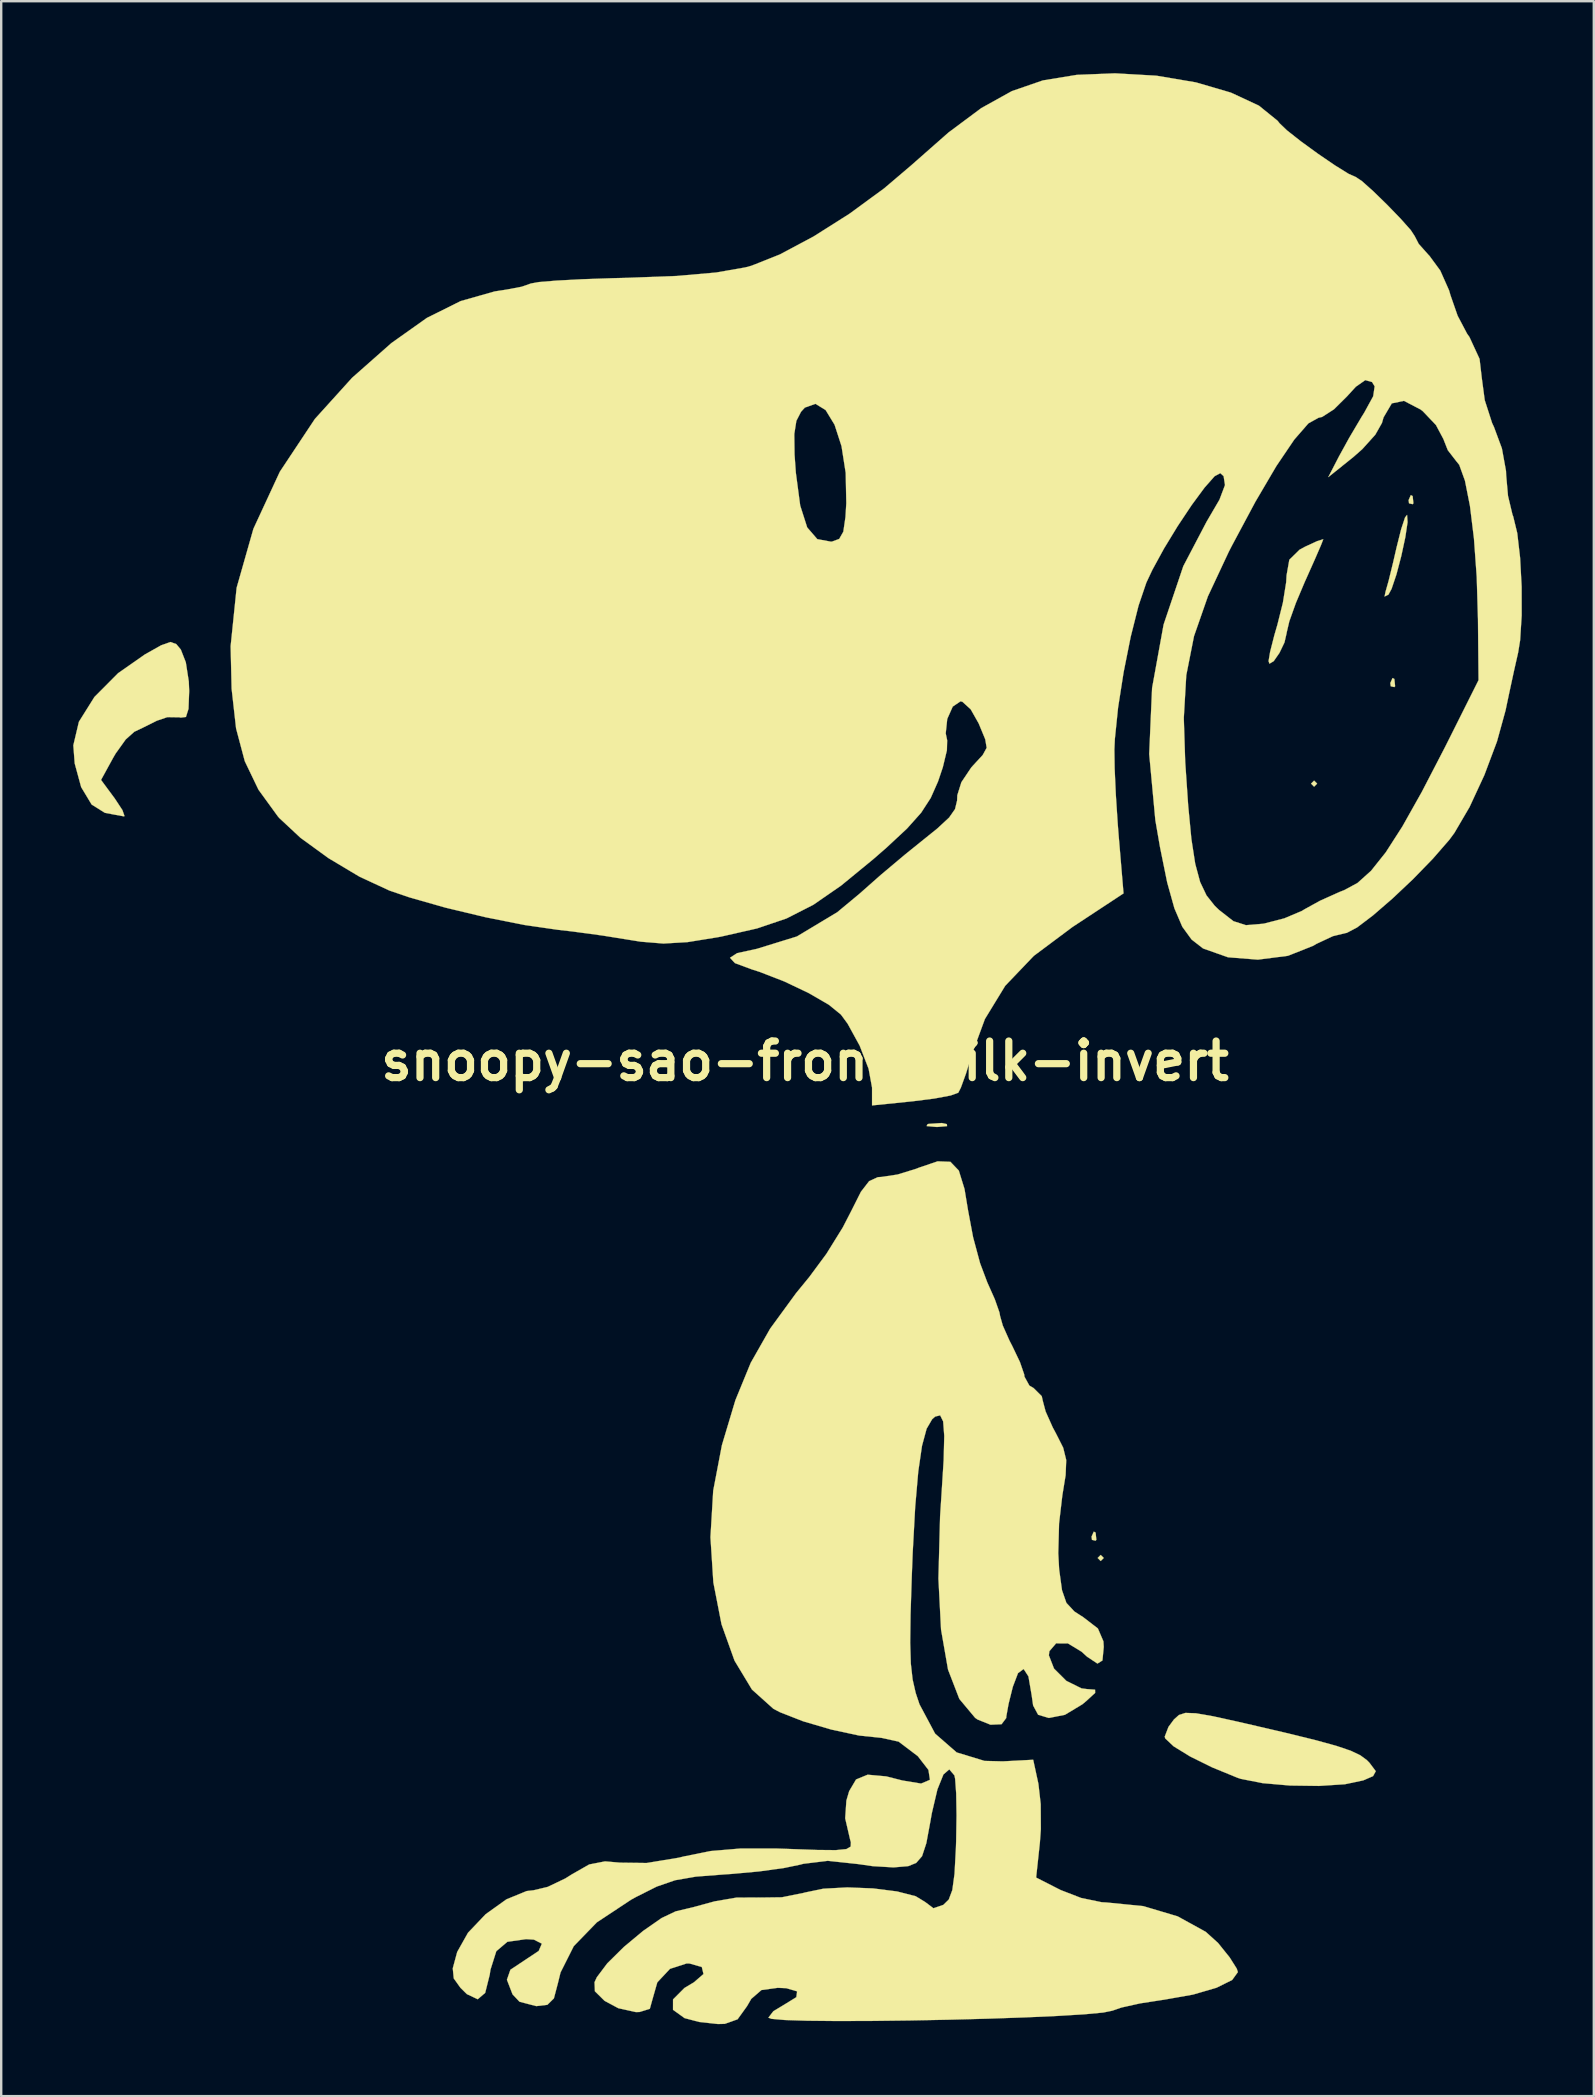
<source format=kicad_pcb>
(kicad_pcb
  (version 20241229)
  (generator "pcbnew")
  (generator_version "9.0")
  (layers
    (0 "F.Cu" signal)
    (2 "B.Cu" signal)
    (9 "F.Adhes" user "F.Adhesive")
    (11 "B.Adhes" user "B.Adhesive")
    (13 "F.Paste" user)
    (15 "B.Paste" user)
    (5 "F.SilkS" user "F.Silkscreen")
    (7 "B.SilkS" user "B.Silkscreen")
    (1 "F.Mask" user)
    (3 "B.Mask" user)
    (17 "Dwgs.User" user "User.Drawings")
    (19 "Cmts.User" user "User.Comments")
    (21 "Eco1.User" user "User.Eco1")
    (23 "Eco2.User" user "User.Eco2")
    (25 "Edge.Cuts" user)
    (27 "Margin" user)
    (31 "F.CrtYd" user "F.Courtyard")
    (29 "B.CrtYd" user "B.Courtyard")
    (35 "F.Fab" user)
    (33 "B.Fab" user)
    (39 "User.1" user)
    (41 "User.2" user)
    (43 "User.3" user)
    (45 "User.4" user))
  (footprint "snoopy-sao-front-silk-invert"
    (layer "F.Cu")
    (at 30.485 41.153)
    (property "Reference" "snoopy-sao-front-silk-invert" (at 0 0 0) (layer "F.SilkS") (effects (font (size 1.524 1.524) (thickness 0.3))))
    (attr through_hole)
    (fp_poly (pts (xy 12.446 20.701) (xy 12.319 20.828) (xy 12.192 20.701) (xy 12.319 20.574) (xy 12.446 20.701)) (stroke (width 0.01) (type solid)) (fill yes) (layer "F.SilkS"))
    (fp_poly (pts (xy 21.336 -11.557) (xy 21.209 -11.43) (xy 21.082 -11.557) (xy 21.209 -11.684) (xy 21.336 -11.557)) (stroke (width 0.01) (type solid)) (fill yes) (layer "F.SilkS"))
    (fp_poly (pts (xy 12.107 19.643) (xy 12.138 19.944) (xy 12.107 19.981) (xy 11.956 19.946) (xy 11.938 19.812) (xy 12.031 19.603) (xy 12.107 19.643)) (stroke (width 0.01) (type solid)) (fill yes) (layer "F.SilkS"))
    (fp_poly (pts (xy 24.553 -15.917) (xy 24.584 -15.616) (xy 24.553 -15.579) (xy 24.402 -15.614) (xy 24.384 -15.748) (xy 24.477 -15.957) (xy 24.553 -15.917)) (stroke (width 0.01) (type solid)) (fill yes) (layer "F.SilkS"))
    (fp_poly (pts (xy 25.315 -23.537) (xy 25.346 -23.236) (xy 25.315 -23.199) (xy 25.164 -23.234) (xy 25.146 -23.368) (xy 25.239 -23.577) (xy 25.315 -23.537)) (stroke (width 0.01) (type solid)) (fill yes) (layer "F.SilkS"))
    (fp_poly (pts (xy 5.91 2.627) (xy 5.919 2.711) (xy 5.521 2.745) (xy 5.461 2.744) (xy 5.067 2.708) (xy 5.105 2.631) (xy 5.148 2.618) (xy 5.702 2.581) (xy 5.91 2.627)) (stroke (width 0.01) (type solid)) (fill yes) (layer "F.SilkS"))
    (fp_poly (pts (xy 25.103 -22.45) (xy 25.01 -21.825) (xy 24.842 -21.044) (xy 24.639 -20.271) (xy 24.437 -19.672) (xy 24.306 -19.431) (xy 24.144 -19.352) (xy 24.187 -19.558) (xy 24.313 -20.004) (xy 24.498 -20.759) (xy 24.646 -21.401) (xy 24.836 -22.157) (xy 24.997 -22.644) (xy 25.082 -22.754) (xy 25.103 -22.45)) (stroke (width 0.01) (type solid)) (fill yes) (layer "F.SilkS"))
    (fp_poly (pts (xy 21.59 -21.733) (xy 21.493 -21.484) (xy 21.237 -20.894) (xy 20.876 -20.085) (xy 20.828 -19.98) (xy 20.45 -19.084) (xy 20.177 -18.321) (xy 20.066 -17.848) (xy 20.066 -17.834) (xy 19.976 -17.441) (xy 19.765 -17.002) (xy 19.526 -16.659) (xy 19.35 -16.554) (xy 19.312 -16.66) (xy 19.377 -17.048) (xy 19.551 -17.732) (xy 19.682 -18.184) (xy 19.909 -19.093) (xy 20.046 -19.947) (xy 20.063 -20.238) (xy 20.177 -20.884) (xy 20.606 -21.305) (xy 20.828 -21.425) (xy 21.339 -21.661) (xy 21.586 -21.738) (xy 21.59 -21.733)) (stroke (width 0.01) (type solid)) (fill yes) (layer "F.SilkS"))
    (fp_poly (pts (xy 16.288 27.171) (xy 16.995 27.294) (xy 18.071 27.531) (xy 18.357 27.597) (xy 20.013 27.982) (xy 21.246 28.284) (xy 22.128 28.526) (xy 22.733 28.73) (xy 23.134 28.921) (xy 23.405 29.12) (xy 23.516 29.233) (xy 23.779 29.583) (xy 23.666 29.789) (xy 23.258 29.966) (xy 22.493 30.127) (xy 21.414 30.197) (xy 20.208 30.181) (xy 19.06 30.081) (xy 18.156 29.903) (xy 18.02 29.858) (xy 16.967 29.426) (xy 16.044 28.97) (xy 15.356 28.547) (xy 15.008 28.219) (xy 14.986 28.145) (xy 15.143 27.737) (xy 15.372 27.426) (xy 15.579 27.242) (xy 15.85 27.155) (xy 16.288 27.171)) (stroke (width 0.01) (type solid)) (fill yes) (layer "F.SilkS"))
    (fp_poly (pts (xy -26.192 -17.371) (xy -26.001 -17.141) (xy -25.794 -16.611) (xy -25.67 -15.814) (xy -25.654 -15.418) (xy -25.682 -14.673) (xy -25.789 -14.335) (xy -26.011 -14.307) (xy -26.045 -14.32) (xy -26.562 -14.328) (xy -26.998 -14.18) (xy -27.598 -13.881) (xy -27.94 -13.719) (xy -28.299 -13.397) (xy -28.719 -12.81) (xy -28.824 -12.629) (xy -29.326 -11.712) (xy -28.752 -10.936) (xy -28.435 -10.454) (xy -28.348 -10.205) (xy -28.377 -10.195) (xy -28.762 -10.265) (xy -29.168 -10.342) (xy -29.717 -10.686) (xy -30.154 -11.412) (xy -30.423 -12.4) (xy -30.48 -13.154) (xy -30.248 -14.135) (xy -29.602 -15.167) (xy -28.613 -16.161) (xy -27.503 -16.937) (xy -26.823 -17.32) (xy -26.434 -17.458) (xy -26.192 -17.371)) (stroke (width 0.01) (type solid)) (fill yes) (layer "F.SilkS"))
    (fp_poly (pts (xy 14.644 -41.049) (xy 16.286 -40.771) (xy 17.742 -40.345) (xy 18.91 -39.802) (xy 19.688 -39.172) (xy 19.765 -39.073) (xy 20.078 -38.773) (xy 20.656 -38.317) (xy 21.367 -37.8) (xy 22.074 -37.317) (xy 22.646 -36.962) (xy 22.943 -36.83) (xy 23.197 -36.662) (xy 23.673 -36.237) (xy 24.25 -35.675) (xy 24.81 -35.096) (xy 25.234 -34.62) (xy 25.4 -34.367) (xy 25.569 -34.041) (xy 25.979 -33.581) (xy 26.01 -33.551) (xy 26.465 -32.932) (xy 26.831 -32.109) (xy 26.892 -31.9) (xy 27.189 -31.048) (xy 27.585 -30.297) (xy 27.679 -30.166) (xy 28.102 -29.251) (xy 28.194 -28.461) (xy 28.318 -27.532) (xy 28.625 -26.579) (xy 28.702 -26.416) (xy 29.033 -25.522) (xy 29.204 -24.582) (xy 29.21 -24.411) (xy 29.287 -23.545) (xy 29.474 -22.762) (xy 29.504 -22.686) (xy 29.672 -21.995) (xy 29.791 -20.966) (xy 29.855 -19.767) (xy 29.857 -18.565) (xy 29.792 -17.529) (xy 29.709 -17.018) (xy 29.539 -16.266) (xy 29.326 -15.279) (xy 29.184 -14.605) (xy 28.829 -13.317) (xy 28.303 -11.916) (xy 27.686 -10.585) (xy 27.055 -9.507) (xy 26.843 -9.219) (xy 26.155 -8.428) (xy 25.335 -7.584) (xy 24.474 -6.771) (xy 23.664 -6.07) (xy 22.998 -5.565) (xy 22.568 -5.339) (xy 22.527 -5.334) (xy 21.994 -5.204) (xy 21.309 -4.884) (xy 21.169 -4.801) (xy 20.121 -4.386) (xy 18.868 -4.225) (xy 17.622 -4.324) (xy 16.592 -4.688) (xy 16.576 -4.697) (xy 16.105 -5.064) (xy 15.719 -5.595) (xy 15.39 -6.363) (xy 15.089 -7.442) (xy 14.791 -8.908) (xy 14.596 -10.033) (xy 14.34 -12.789) (xy 14.405 -14.289) (xy 15.781 -14.289) (xy 15.84 -12.46) (xy 15.964 -10.641) (xy 16.097 -9.253) (xy 16.257 -8.218) (xy 16.461 -7.46) (xy 16.727 -6.901) (xy 17.073 -6.465) (xy 17.25 -6.295) (xy 17.849 -5.827) (xy 18.371 -5.661) (xy 19.077 -5.72) (xy 19.132 -5.729) (xy 19.971 -5.946) (xy 20.699 -6.254) (xy 20.804 -6.319) (xy 21.453 -6.677) (xy 22.273 -7.046) (xy 22.461 -7.119) (xy 23.016 -7.418) (xy 23.582 -7.926) (xy 24.194 -8.694) (xy 24.886 -9.771) (xy 25.695 -11.21) (xy 26.653 -13.058) (xy 26.854 -13.458) (xy 28.06 -15.868) (xy 28.036 -18.411) (xy 27.984 -20.167) (xy 27.869 -21.765) (xy 27.702 -23.128) (xy 27.494 -24.178) (xy 27.256 -24.838) (xy 27.127 -24.998) (xy 26.779 -25.448) (xy 26.594 -25.917) (xy 26.285 -26.497) (xy 25.737 -27.073) (xy 25.648 -27.142) (xy 24.952 -27.504) (xy 24.446 -27.399) (xy 24.102 -26.814) (xy 24.035 -26.581) (xy 23.759 -26.094) (xy 23.215 -25.49) (xy 22.846 -25.165) (xy 21.8 -24.325) (xy 22.241 -25.18) (xy 22.672 -25.964) (xy 23.185 -26.831) (xy 23.301 -27.017) (xy 23.671 -27.694) (xy 23.732 -28.108) (xy 23.623 -28.287) (xy 23.342 -28.368) (xy 22.947 -28.092) (xy 22.579 -27.689) (xy 22.036 -27.151) (xy 21.543 -26.834) (xy 21.395 -26.8) (xy 20.972 -26.566) (xy 20.381 -25.887) (xy 19.638 -24.789) (xy 18.763 -23.3) (xy 17.772 -21.446) (xy 17.651 -21.209) (xy 16.783 -19.355) (xy 16.206 -17.701) (xy 15.884 -16.072) (xy 15.781 -14.289) (xy 14.405 -14.289) (xy 14.46 -15.541) (xy 14.94 -18.185) (xy 15.761 -20.618) (xy 16.729 -22.465) (xy 17.267 -23.386) (xy 17.497 -23.995) (xy 17.44 -24.367) (xy 17.303 -24.492) (xy 17.064 -24.364) (xy 16.645 -23.889) (xy 16.11 -23.164) (xy 15.526 -22.287) (xy 14.957 -21.353) (xy 14.47 -20.462) (xy 14.221 -19.933) (xy 13.895 -18.971) (xy 13.568 -17.671) (xy 13.274 -16.2) (xy 13.043 -14.726) (xy 12.909 -13.417) (xy 12.889 -12.98) (xy 12.9 -12.191) (xy 12.95 -11.088) (xy 13.03 -9.866) (xy 13.067 -9.398) (xy 13.27 -6.985) (xy 11.143 -5.585) (xy 9.531 -4.381) (xy 8.342 -3.137) (xy 7.495 -1.751) (xy 6.955 -0.285) (xy 6.709 0.516) (xy 6.494 1.108) (xy 6.385 1.32) (xy 6.067 1.434) (xy 5.39 1.561) (xy 4.508 1.673) (xy 2.794 1.848) (xy 2.794 1.105) (xy 2.65 0.321) (xy 2.28 -0.638) (xy 1.778 -1.554) (xy 1.498 -1.936) (xy 0.994 -2.346) (xy 0.158 -2.831) (xy -0.858 -3.315) (xy -1.903 -3.72) (xy -2.214 -3.819) (xy -2.919 -4.081) (xy -3.124 -4.303) (xy -2.827 -4.496) (xy -2.023 -4.671) (xy -2.014 -4.672) (xy -0.338 -5.19) (xy 1.34 -6.197) (xy 2.259 -6.96) (xy 3.157 -7.754) (xy 4.167 -8.603) (xy 4.699 -9.032) (xy 5.514 -9.689) (xy 6.004 -10.143) (xy 6.251 -10.497) (xy 6.337 -10.853) (xy 6.346 -11.075) (xy 6.515 -11.615) (xy 6.924 -12.226) (xy 6.985 -12.295) (xy 7.404 -12.749) (xy 7.569 -13.05) (xy 7.509 -13.406) (xy 7.253 -14.025) (xy 7.236 -14.066) (xy 6.903 -14.654) (xy 6.556 -14.969) (xy 6.478 -14.986) (xy 6.155 -14.767) (xy 5.926 -14.252) (xy 5.863 -13.65) (xy 5.923 -13.364) (xy 5.912 -12.946) (xy 5.742 -12.239) (xy 5.543 -11.649) (xy 5.238 -10.961) (xy 4.837 -10.343) (xy 4.251 -9.687) (xy 3.391 -8.886) (xy 2.842 -8.408) (xy 1.5 -7.307) (xy 0.347 -6.51) (xy -0.767 -5.942) (xy -1.992 -5.527) (xy -3.478 -5.189) (xy -3.628 -5.16) (xy -4.896 -4.955) (xy -5.897 -4.896) (xy -6.848 -4.974) (xy -7.239 -5.037) (xy -8.414 -5.226) (xy -9.695 -5.4) (xy -10.287 -5.467) (xy -11.672 -5.667) (xy -13.303 -5.991) (xy -14.975 -6.391) (xy -16.484 -6.821) (xy -17.316 -7.105) (xy -18.558 -7.681) (xy -19.851 -8.453) (xy -21.022 -9.305) (xy -21.899 -10.123) (xy -21.958 -10.191) (xy -22.767 -11.305) (xy -23.337 -12.491) (xy -23.7 -13.857) (xy -23.886 -15.513) (xy -23.927 -17.283) (xy -23.677 -19.718) (xy -22.978 -22.174) (xy -21.877 -24.551) (xy -20.836 -26.119) (xy -0.446 -26.119) (xy -0.435 -25.269) (xy -0.381 -24.511) (xy -0.199 -23.141) (xy 0.092 -22.231) (xy 0.513 -21.743) (xy 1.084 -21.637) (xy 1.129 -21.642) (xy 1.426 -21.752) (xy 1.597 -22.053) (xy 1.687 -22.668) (xy 1.721 -23.241) (xy 1.696 -24.504) (xy 1.522 -25.616) (xy 1.232 -26.51) (xy 0.859 -27.121) (xy 0.436 -27.38) (xy -0.006 -27.223) (xy -0.163 -27.051) (xy -0.359 -26.672) (xy -0.446 -26.119) (xy -20.836 -26.119) (xy -20.417 -26.75) (xy -18.867 -28.464) (xy -17.231 -29.91) (xy -15.752 -30.959) (xy -14.345 -31.66) (xy -12.924 -32.063) (xy -12.431 -32.139) (xy -11.802 -32.258) (xy -11.417 -32.393) (xy -11.085 -32.453) (xy -10.341 -32.514) (xy -9.282 -32.57) (xy -8.007 -32.614) (xy -7.423 -32.628) (xy -5.332 -32.707) (xy -3.704 -32.85) (xy -2.497 -33.061) (xy -2.231 -33.132) (xy -1.046 -33.603) (xy 0.36 -34.353) (xy 1.851 -35.297) (xy 3.292 -36.351) (xy 4.413 -37.304) (xy 5.978 -38.682) (xy 7.345 -39.7) (xy 8.62 -40.408) (xy 9.911 -40.853) (xy 11.323 -41.084) (xy 12.915 -41.148) (xy 14.644 -41.049)) (stroke (width 0.01) (type solid)) (fill yes) (layer "F.SilkS"))
    (fp_poly (pts (xy 6.058 4.197) (xy 6.408 4.562) (xy 6.646 5.33) (xy 6.793 6.22) (xy 7.003 7.338) (xy 7.295 8.424) (xy 7.593 9.216) (xy 7.91 9.928) (xy 8.101 10.473) (xy 8.128 10.622) (xy 8.241 11.021) (xy 8.522 11.652) (xy 8.636 11.872) (xy 8.955 12.54) (xy 9.132 13.053) (xy 9.144 13.149) (xy 9.348 13.519) (xy 9.525 13.624) (xy 9.863 13.96) (xy 9.906 14.153) (xy 10.025 14.6) (xy 10.322 15.264) (xy 10.459 15.519) (xy 10.757 16.109) (xy 10.883 16.621) (xy 10.858 17.251) (xy 10.721 18.094) (xy 10.585 19.255) (xy 10.551 20.505) (xy 10.588 21.177) (xy 10.707 22.044) (xy 10.89 22.572) (xy 11.222 22.929) (xy 11.596 23.171) (xy 12.202 23.638) (xy 12.432 24.173) (xy 12.446 24.409) (xy 12.392 24.971) (xy 12.184 25.101) (xy 11.753 24.815) (xy 11.523 24.606) (xy 10.955 24.261) (xy 10.46 24.258) (xy 10.181 24.584) (xy 10.16 24.757) (xy 10.374 25.308) (xy 10.89 25.822) (xy 11.519 26.133) (xy 11.748 26.163) (xy 12.085 26.188) (xy 12.087 26.322) (xy 11.725 26.655) (xy 11.557 26.796) (xy 10.829 27.234) (xy 10.16 27.366) (xy 9.713 27.233) (xy 9.504 26.845) (xy 9.443 26.416) (xy 9.309 25.635) (xy 9.109 25.325) (xy 8.874 25.499) (xy 8.658 26.068) (xy 8.482 26.775) (xy 8.388 27.296) (xy 8.383 27.369) (xy 8.188 27.627) (xy 7.728 27.647) (xy 7.186 27.429) (xy 7.088 27.36) (xy 6.431 26.574) (xy 5.959 25.351) (xy 5.668 23.682) (xy 5.559 21.558) (xy 5.628 18.97) (xy 5.685 18.089) (xy 5.777 16.626) (xy 5.802 15.617) (xy 5.756 15.011) (xy 5.632 14.759) (xy 5.424 14.81) (xy 5.299 14.919) (xy 5.067 15.316) (xy 4.875 16.028) (xy 4.719 17.099) (xy 4.591 18.571) (xy 4.487 20.488) (xy 4.449 21.463) (xy 4.398 23.049) (xy 4.383 24.229) (xy 4.409 25.101) (xy 4.484 25.766) (xy 4.612 26.325) (xy 4.77 26.797) (xy 5.421 28.019) (xy 6.317 28.801) (xy 7.48 29.155) (xy 8.243 29.174) (xy 9.507 29.107) (xy 9.724 30.111) (xy 9.82 30.955) (xy 9.826 31.998) (xy 9.785 32.565) (xy 9.629 34.014) (xy 10.647 34.533) (xy 11.502 34.864) (xy 12.361 35.042) (xy 12.55 35.052) (xy 14.095 35.205) (xy 15.525 35.631) (xy 16.696 36.276) (xy 17.209 36.74) (xy 17.691 37.339) (xy 17.988 37.81) (xy 18.034 37.953) (xy 17.796 38.281) (xy 17.142 38.605) (xy 16.163 38.89) (xy 14.952 39.104) (xy 14.887 39.113) (xy 13.962 39.256) (xy 13.188 39.428) (xy 12.802 39.561) (xy 12.422 39.638) (xy 11.637 39.711) (xy 10.523 39.779) (xy 9.16 39.84) (xy 7.624 39.893) (xy 5.994 39.936) (xy 4.348 39.968) (xy 2.764 39.987) (xy 1.319 39.991) (xy 0.092 39.979) (xy -0.839 39.949) (xy -1.397 39.9) (xy -1.524 39.851) (xy -1.318 39.583) (xy -0.889 39.324) (xy -0.361 38.999) (xy -0.328 38.756) (xy -0.78 38.623) (xy -1.136 38.608) (xy -1.813 38.7) (xy -2.238 39.068) (xy -2.413 39.37) (xy -2.808 39.919) (xy -3.341 40.109) (xy -3.626 40.116) (xy -4.404 40.031) (xy -5.016 39.87) (xy -5.498 39.523) (xy -5.497 39.092) (xy -5.021 38.614) (xy -4.628 38.379) (xy -4.228 38.034) (xy -4.298 37.741) (xy -4.804 37.596) (xy -4.929 37.592) (xy -5.624 37.817) (xy -6.152 38.38) (xy -6.35 39.072) (xy -6.464 39.483) (xy -6.896 39.616) (xy -7.048 39.618) (xy -7.777 39.457) (xy -8.349 39.15) (xy -8.752 38.752) (xy -8.767 38.374) (xy -8.671 38.166) (xy -8.236 37.588) (xy -7.544 36.905) (xy -6.741 36.236) (xy -5.973 35.701) (xy -5.384 35.421) (xy -5.355 35.415) (xy -4.654 35.249) (xy -3.836 35.026) (xy -3.775 35.008) (xy -2.857 34.85) (xy -1.914 34.845) (xy -1.888 34.848) (xy -0.962 34.836) (xy -0.048 34.652) (xy -0.018 34.641) (xy 0.763 34.479) (xy 1.764 34.425) (xy 2.837 34.467) (xy 3.835 34.593) (xy 4.611 34.792) (xy 5.002 35.03) (xy 5.352 35.293) (xy 5.764 35.152) (xy 5.989 34.932) (xy 6.138 34.535) (xy 6.23 33.857) (xy 6.287 32.797) (xy 6.297 32.504) (xy 6.314 31.423) (xy 6.299 30.51) (xy 6.255 29.902) (xy 6.225 29.758) (xy 6.012 29.508) (xy 5.768 29.718) (xy 5.517 30.341) (xy 5.284 31.332) (xy 5.227 31.659) (xy 5.055 32.583) (xy 4.877 33.124) (xy 4.632 33.405) (xy 4.299 33.539) (xy 3.688 33.591) (xy 2.816 33.539) (xy 2.21 33.452) (xy 0.95 33.317) (xy -0.069 33.441) (xy -0.187 33.473) (xy -0.891 33.62) (xy -1.913 33.759) (xy -3.06 33.864) (xy -3.366 33.884) (xy -4.542 33.975) (xy -5.412 34.126) (xy -6.176 34.39) (xy -7.036 34.822) (xy -7.246 34.938) (xy -8.669 35.879) (xy -9.632 36.871) (xy -10.184 37.969) (xy -10.294 38.417) (xy -10.46 39.048) (xy -10.732 39.316) (xy -11.195 39.37) (xy -11.893 39.187) (xy -12.183 38.879) (xy -12.417 38.272) (xy -12.272 37.855) (xy -11.693 37.47) (xy -11.684 37.465) (xy -11.093 37.072) (xy -10.962 36.769) (xy -11.293 36.6) (xy -11.62 36.58) (xy -12.399 36.691) (xy -12.859 37.082) (xy -13.102 37.851) (xy -13.134 38.063) (xy -13.323 38.818) (xy -13.633 39.084) (xy -14.086 38.87) (xy -14.352 38.607) (xy -14.632 38.216) (xy -14.673 37.796) (xy -14.493 37.13) (xy -14.486 37.109) (xy -14.038 36.313) (xy -13.304 35.542) (xy -12.438 34.922) (xy -11.596 34.577) (xy -11.307 34.544) (xy -10.72 34.404) (xy -9.984 34.052) (xy -9.727 33.89) (xy -8.989 33.469) (xy -8.328 33.34) (xy -7.705 33.394) (xy -6.597 33.408) (xy -5.252 33.186) (xy -5.038 33.133) (xy -3.931 32.91) (xy -2.692 32.805) (xy -1.158 32.806) (xy -0.695 32.822) (xy 0.507 32.865) (xy 1.285 32.872) (xy 1.723 32.829) (xy 1.904 32.724) (xy 1.912 32.544) (xy 1.881 32.436) (xy 1.675 31.547) (xy 1.725 30.807) (xy 1.84 30.416) (xy 2.127 29.929) (xy 2.61 29.73) (xy 3.386 29.8) (xy 4.055 29.97) (xy 4.837 30.099) (xy 5.206 29.943) (xy 5.143 29.53) (xy 4.701 28.958) (xy 3.9 28.351) (xy 3.181 28.194) (xy 2.255 28.098) (xy 1.097 27.849) (xy -0.075 27.505) (xy -1.044 27.126) (xy -1.314 26.985) (xy -2.209 26.182) (xy -2.935 24.979) (xy -3.477 23.464) (xy -3.817 21.721) (xy -3.938 19.836) (xy -3.823 17.896) (xy -3.461 16.002) (xy -2.899 14.128) (xy -2.26 12.571) (xy -1.45 11.146) (xy -0.374 9.672) (xy 0.179 8.996) (xy 0.892 8.032) (xy 1.573 6.934) (xy 1.918 6.265) (xy 2.331 5.444) (xy 2.673 5.002) (xy 3.035 4.837) (xy 3.202 4.826) (xy 3.854 4.727) (xy 4.637 4.486) (xy 4.748 4.441) (xy 5.527 4.177) (xy 6.058 4.197)) (stroke (width 0.01) (type solid)) (fill yes) (layer "F.SilkS")))
  (gr_rect
    (start -3 -3)
    (end 63.347 84.274)
    (stroke (width 0.1) (type default))
    (fill no)
    (layer "Edge.Cuts")))
</source>
